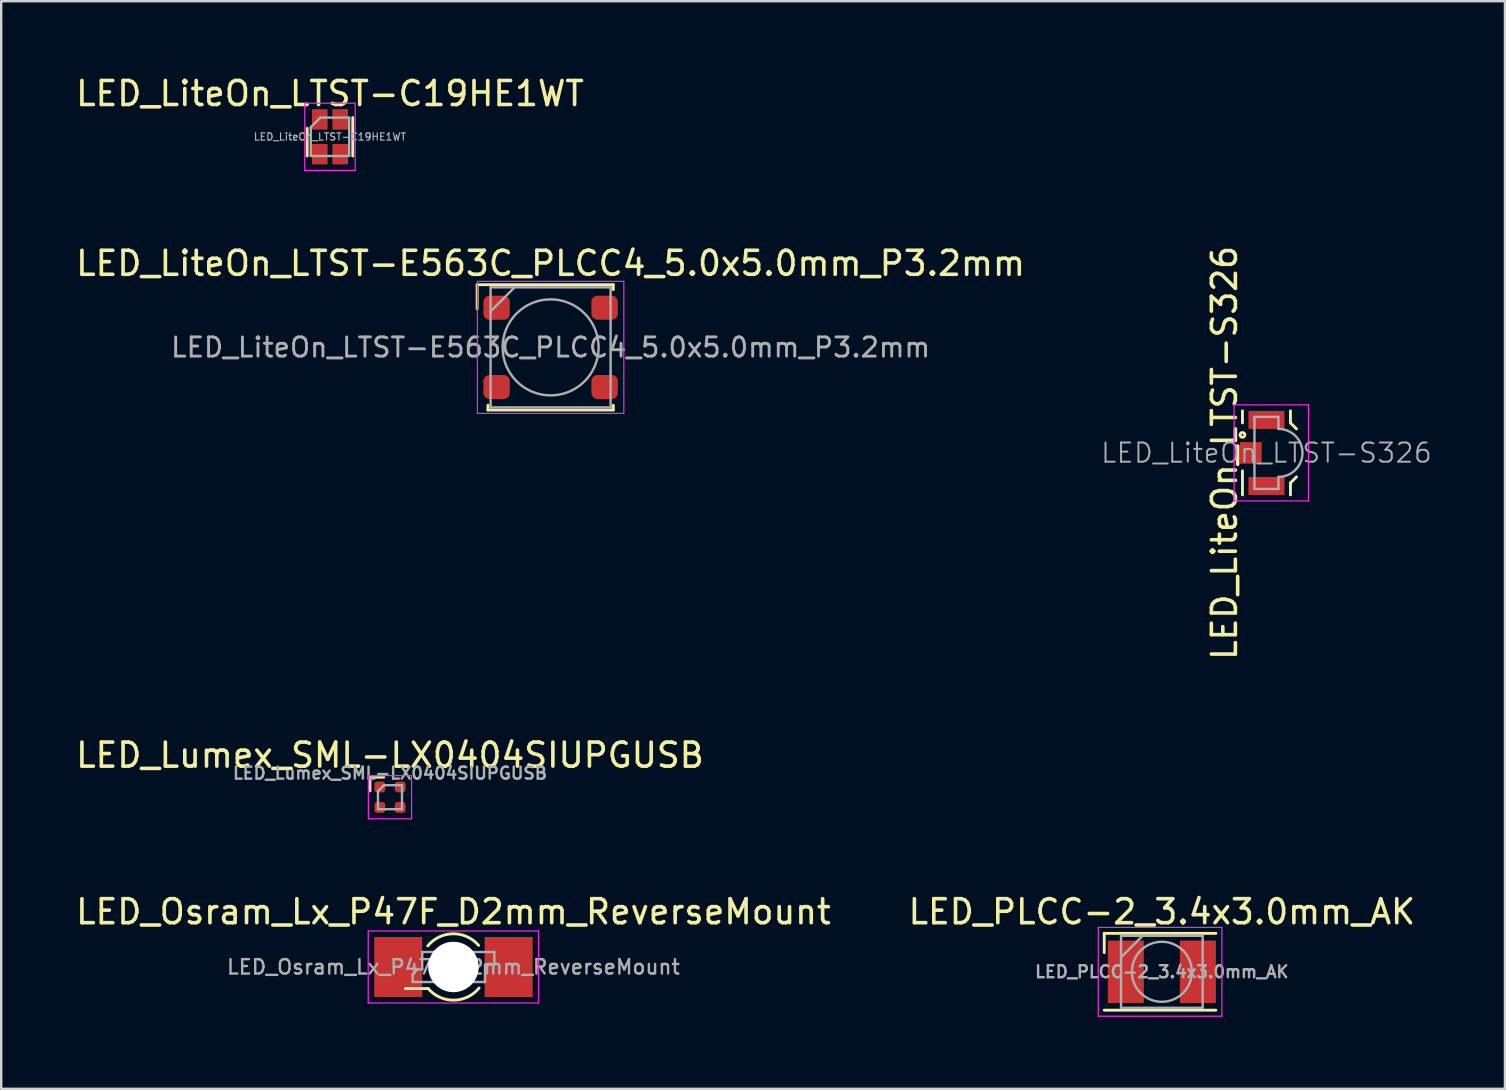
<source format=kicad_pcb>
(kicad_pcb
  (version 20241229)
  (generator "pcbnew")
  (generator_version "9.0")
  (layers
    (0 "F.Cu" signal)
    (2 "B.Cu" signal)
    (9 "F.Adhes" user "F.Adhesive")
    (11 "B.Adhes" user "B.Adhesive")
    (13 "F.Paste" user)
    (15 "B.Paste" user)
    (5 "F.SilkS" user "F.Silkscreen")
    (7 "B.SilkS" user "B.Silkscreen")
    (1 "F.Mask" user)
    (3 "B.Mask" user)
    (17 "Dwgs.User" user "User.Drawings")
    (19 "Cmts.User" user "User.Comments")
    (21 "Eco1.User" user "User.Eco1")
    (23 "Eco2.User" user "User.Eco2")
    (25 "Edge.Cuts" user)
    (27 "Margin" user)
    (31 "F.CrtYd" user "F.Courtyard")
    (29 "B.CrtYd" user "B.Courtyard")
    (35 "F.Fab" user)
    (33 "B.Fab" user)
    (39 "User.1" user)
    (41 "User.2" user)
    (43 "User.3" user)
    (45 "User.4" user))
  (footprint "LED_Lumex_SML-LX0404SIUPGUSB"
    (layer "F.Cu")
    (at 13.196 30.16)
    (property "Reference" "LED_Lumex_SML-LX0404SIUPGUSB" (at 0 -1.75 0) (layer "F.SilkS") (effects (font (size 1 1) (thickness 0.15))))
    (attr smd)
    (fp_line (start -0.825 -0.825) (end -0.825 -0.25) (stroke (width 0.1) (type solid)) (layer "F.SilkS"))
    (fp_line (start -0.25 -0.825) (end -0.825 -0.825) (stroke (width 0.1) (type solid)) (layer "F.SilkS"))
    (fp_line (start -0.9 -0.9) (end -0.9 0.9) (stroke (width 0.05) (type solid)) (layer "F.CrtYd"))
    (fp_line (start -0.9 0.9) (end 0.9 0.9) (stroke (width 0.05) (type solid)) (layer "F.CrtYd"))
    (fp_line (start 0.9 -0.9) (end -0.9 -0.9) (stroke (width 0.05) (type solid)) (layer "F.CrtYd"))
    (fp_line (start 0.9 0.9) (end 0.9 -0.9) (stroke (width 0.05) (type solid)) (layer "F.CrtYd"))
    (fp_line (start -0.5 -0.25) (end -0.5 0.5) (stroke (width 0.1) (type solid)) (layer "F.Fab"))
    (fp_line (start -0.5 0.5) (end 0.5 0.5) (stroke (width 0.1) (type solid)) (layer "F.Fab"))
    (fp_line (start -0.25 -0.5) (end -0.5 -0.25) (stroke (width 0.1) (type solid)) (layer "F.Fab"))
    (fp_line (start 0.5 -0.5) (end -0.25 -0.5) (stroke (width 0.1) (type solid)) (layer "F.Fab"))
    (fp_line (start 0.5 0.5) (end 0.5 -0.5) (stroke (width 0.1) (type solid)) (layer "F.Fab"))
    (fp_text user "${REFERENCE}" (at 0 -1 0) (layer "F.Fab") (effects (font (size 0.5 0.5) (thickness 0.1))))
    (pad "1" smd roundrect (at -0.425 -0.425) (size 0.45 0.45) (layers "F.Cu" "F.Mask" "F.Paste") (roundrect_rratio 0.25))
    (pad "2" smd roundrect (at 0.425 -0.425) (size 0.45 0.45) (layers "F.Cu" "F.Mask" "F.Paste") (roundrect_rratio 0.25))
    (pad "3" smd roundrect (at 0.425 0.425) (size 0.45 0.45) (layers "F.Cu" "F.Mask" "F.Paste") (roundrect_rratio 0.25))
    (pad "4" smd roundrect (at -0.425 0.425) (size 0.45 0.45) (layers "F.Cu" "F.Mask" "F.Paste") (roundrect_rratio 0.25)))
  (footprint "LED_LiteOn_LTST-E563C_PLCC4_5.0x5.0mm_P3.2mm"
    (layer "F.Cu")
    (at 19.887 11.421)
    (property "Reference" "LED_LiteOn_LTST-E563C_PLCC4_5.0x5.0mm_P3.2mm" (at 0 -3.5 0) (layer "F.SilkS") (effects (font (size 1 1) (thickness 0.15))))
    (attr smd)
    (fp_line (start -3.06 -2.61) (end 2.61 -2.61) (stroke (width 0.12) (type solid)) (layer "F.SilkS"))
    (fp_line (start -3.06 -1.6) (end -3.06 -2.61) (stroke (width 0.12) (type solid)) (layer "F.SilkS"))
    (fp_line (start -2.61 2.61) (end -2.61 2.41) (stroke (width 0.12) (type solid)) (layer "F.SilkS"))
    (fp_line (start -2.61 2.61) (end 2.61 2.61) (stroke (width 0.12) (type solid)) (layer "F.SilkS"))
    (fp_line (start 2.61 -2.61) (end 2.61 -2.41) (stroke (width 0.12) (type solid)) (layer "F.SilkS"))
    (fp_line (start 2.61 2.61) (end 2.61 2.41) (stroke (width 0.12) (type solid)) (layer "F.SilkS"))
    (fp_line (start -3.05 -2.75) (end -3.05 2.75) (stroke (width 0.05) (type solid)) (layer "F.CrtYd"))
    (fp_line (start -3.05 2.75) (end 3.05 2.75) (stroke (width 0.05) (type solid)) (layer "F.CrtYd"))
    (fp_line (start 3.05 -2.75) (end -3.05 -2.75) (stroke (width 0.05) (type solid)) (layer "F.CrtYd"))
    (fp_line (start 3.05 2.75) (end 3.05 -2.75) (stroke (width 0.05) (type solid)) (layer "F.CrtYd"))
    (fp_line (start -2.5 -2.5) (end -2.5 2.5) (stroke (width 0.1) (type solid)) (layer "F.Fab"))
    (fp_line (start -2.5 -1.5) (end -1.5 -2.5) (stroke (width 0.1) (type solid)) (layer "F.Fab"))
    (fp_line (start -2.5 2.5) (end 2.5 2.5) (stroke (width 0.1) (type solid)) (layer "F.Fab"))
    (fp_line (start 2.5 -2.5) (end -2.5 -2.5) (stroke (width 0.1) (type solid)) (layer "F.Fab"))
    (fp_line (start 2.5 2.5) (end 2.5 -2.5) (stroke (width 0.1) (type solid)) (layer "F.Fab"))
    (fp_circle (center 0 0) (end 0 2) (stroke (width 0.1) (type solid)) (fill no) (layer "F.Fab"))
    (fp_text user "${REFERENCE}" (at 0 0 0) (layer "F.Fab") (effects (font (size 0.8 0.8) (thickness 0.12))))
    (pad "1" smd roundrect (at -2.25 -1.65) (size 1.1 1) (layers "F.Cu" "F.Mask" "F.Paste") (roundrect_rratio 0.25))
    (pad "2" smd roundrect (at -2.25 1.65) (size 1.1 1) (layers "F.Cu" "F.Mask" "F.Paste") (roundrect_rratio 0.25))
    (pad "3" smd roundrect (at 2.25 -1.65) (size 1.1 1) (layers "F.Cu" "F.Mask" "F.Paste") (roundrect_rratio 0.25))
    (pad "4" smd roundrect (at 2.25 1.65) (size 1.1 1) (layers "F.Cu" "F.Mask" "F.Paste") (roundrect_rratio 0.25)))
  (footprint "LED_PLCC-2_3.4x3.0mm_AK"
    (layer "F.Cu")
    (at 45.351 37.433)
    (property "Reference" "LED_PLCC-2_3.4x3.0mm_AK" (at 0 -2.5 0) (layer "F.SilkS") (effects (font (size 1 1) (thickness 0.15))))
    (attr smd)
    (fp_line (start -2.4 -1.6) (end -2.4 -0.8) (stroke (width 0.12) (type solid)) (layer "F.SilkS"))
    (fp_line (start 2.25 -1.6) (end -2.4 -1.6) (stroke (width 0.12) (type solid)) (layer "F.SilkS"))
    (fp_line (start 2.25 1.6) (end -2.4 1.6) (stroke (width 0.12) (type solid)) (layer "F.SilkS"))
    (fp_line (start -2.65 -1.85) (end 2.5 -1.85) (stroke (width 0.05) (type solid)) (layer "F.CrtYd"))
    (fp_line (start -2.65 1.85) (end -2.65 -1.85) (stroke (width 0.05) (type solid)) (layer "F.CrtYd"))
    (fp_line (start 2.5 -1.85) (end 2.5 1.85) (stroke (width 0.05) (type solid)) (layer "F.CrtYd"))
    (fp_line (start 2.5 1.85) (end -2.65 1.85) (stroke (width 0.05) (type solid)) (layer "F.CrtYd"))
    (fp_line (start -1.7 -1.5) (end -1.7 1.5) (stroke (width 0.1) (type solid)) (layer "F.Fab"))
    (fp_line (start -1.7 -0.6) (end -0.8 -1.5) (stroke (width 0.1) (type solid)) (layer "F.Fab"))
    (fp_line (start -1.7 1.5) (end 1.7 1.5) (stroke (width 0.1) (type solid)) (layer "F.Fab"))
    (fp_line (start 1.7 -1.5) (end -1.7 -1.5) (stroke (width 0.1) (type solid)) (layer "F.Fab"))
    (fp_line (start 1.7 1.5) (end 1.7 -1.5) (stroke (width 0.1) (type solid)) (layer "F.Fab"))
    (fp_circle (center 0 0) (end 0 -1.25) (stroke (width 0.1) (type solid)) (fill no) (layer "F.Fab"))
    (fp_text user "${REFERENCE}" (at 0 0 0) (layer "F.Fab") (effects (font (size 0.5 0.5) (thickness 0.1))))
    (pad "1" smd rect (at 1.5 0) (size 1.5 2.6) (layers "F.Cu" "F.Mask" "F.Paste"))
    (pad "2" smd rect (at -1.5 0) (size 1.5 2.6) (layers "F.Cu" "F.Mask" "F.Paste")))
  (footprint "LED_LiteOn_LTST-S326"
    (layer "F.Cu")
    (at 49.709 15.817)
    (property "Reference" "LED_LiteOn_LTST-S326" (at -1.75 0 90) (layer "F.SilkS") (effects (font (size 1 1) (thickness 0.15))))
    (attr smd)
    (fp_line (start -1 -1.75) (end -1 -1.25) (stroke (width 0.12) (type solid)) (layer "F.SilkS"))
    (fp_line (start -1 1.75) (end -1 0.75) (stroke (width 0.12) (type solid)) (layer "F.SilkS"))
    (fp_line (start 1 -1.75) (end 1 -1.25) (stroke (width 0.12) (type solid)) (layer "F.SilkS"))
    (fp_line (start 1 -1.25) (end 1.25 -1) (stroke (width 0.12) (type solid)) (layer "F.SilkS"))
    (fp_line (start 1 1.25) (end 1 1.75) (stroke (width 0.12) (type solid)) (layer "F.SilkS"))
    (fp_line (start 1 1.25) (end 1.25 1) (stroke (width 0.12) (type solid)) (layer "F.SilkS"))
    (fp_circle (center -1 -0.75) (end -0.9 -0.75) (stroke (width 0.12) (type solid)) (fill no) (layer "F.SilkS"))
    (fp_line (start -1.35 -2) (end 1.75 -2) (stroke (width 0.05) (type solid)) (layer "F.CrtYd"))
    (fp_line (start -1.35 2) (end -1.35 -2) (stroke (width 0.05) (type solid)) (layer "F.CrtYd"))
    (fp_line (start 1.75 -2) (end 1.75 2) (stroke (width 0.05) (type solid)) (layer "F.CrtYd"))
    (fp_line (start 1.75 2) (end -1.35 2) (stroke (width 0.05) (type solid)) (layer "F.CrtYd"))
    (fp_line (start -0.5 -1.5) (end -0.5 1.5) (stroke (width 0.1) (type solid)) (layer "F.Fab"))
    (fp_line (start -0.5 -1.5) (end 0.5 -1.5) (stroke (width 0.1) (type solid)) (layer "F.Fab"))
    (fp_line (start 0.5 -1.5) (end 0.5 -1) (stroke (width 0.1) (type solid)) (layer "F.Fab"))
    (fp_line (start 0.5 1.5) (end -0.5 1.5) (stroke (width 0.1) (type solid)) (layer "F.Fab"))
    (fp_line (start 0.5 1.5) (end 0.5 1) (stroke (width 0.1) (type solid)) (layer "F.Fab"))
    (fp_arc (start 0.5 -1) (mid 1.5 0) (end 0.5 1) (stroke (width 0.1) (type solid)) (layer "F.Fab"))
    (fp_text user "${REFERENCE}" (at 0 0 0) (layer "F.Fab") (effects (font (size 0.8 0.8) (thickness 0.08))))
    (pad "1" smd rect (at 0 -1.375 180) (size 1.5 0.75) (layers "F.Cu" "F.Mask" "F.Paste"))
    (pad "2" smd rect (at -0.65 0 180) (size 0.9 0.9) (layers "F.Cu" "F.Mask" "F.Paste"))
    (pad "3" smd rect (at 0 1.375 180) (size 1.5 0.75) (layers "F.Cu" "F.Mask" "F.Paste")))
  (footprint "LED_Osram_Lx_P47F_D2mm_ReverseMount"
    (layer "F.Cu")
    (at 15.839 37.233)
    (property "Reference" "LED_Osram_Lx_P47F_D2mm_ReverseMount" (at 0 -2.3 0) (layer "F.SilkS") (effects (font (size 1 1) (thickness 0.15))))
    (attr smd)
    (fp_line (start -2 0.9) (end -1.05 0.9) (stroke (width 0.12) (type solid)) (layer "F.SilkS"))
    (fp_arc (start -1.068658 -0.877765) (mid -0.014513 -1.382856) (end 1.05 -0.9) (stroke (width 0.12) (type solid)) (layer "F.SilkS"))
    (fp_arc (start 1.068658 0.877765) (mid 0.014513 1.382856) (end -1.05 0.9) (stroke (width 0.12) (type solid)) (layer "F.SilkS"))
    (fp_line (start -3.55 -1.5) (end 3.55 -1.5) (stroke (width 0.05) (type solid)) (layer "F.CrtYd"))
    (fp_line (start -3.55 1.5) (end -3.55 -1.5) (stroke (width 0.05) (type solid)) (layer "F.CrtYd"))
    (fp_line (start 3.55 -1.5) (end 3.55 1.5) (stroke (width 0.05) (type solid)) (layer "F.CrtYd"))
    (fp_line (start 3.55 1.5) (end -3.55 1.5) (stroke (width 0.05) (type solid)) (layer "F.CrtYd"))
    (fp_line (start -1.7 0.3) (end -1.7 0.625) (stroke (width 0.1) (type solid)) (layer "F.Fab"))
    (fp_line (start -1.7 0.3) (end -1.5 0.1) (stroke (width 0.1) (type solid)) (layer "F.Fab"))
    (fp_line (start -1.5 0.1) (end -1.3 0.1) (stroke (width 0.1) (type solid)) (layer "F.Fab"))
    (fp_line (start -1.3 -0.625) (end -0.715 -0.625) (stroke (width 0.1) (type solid)) (layer "F.Fab"))
    (fp_line (start -1.3 0.1) (end -1.3 -0.625) (stroke (width 0.1) (type solid)) (layer "F.Fab"))
    (fp_line (start -0.715 0.625) (end -1.7 0.625) (stroke (width 0.1) (type solid)) (layer "F.Fab"))
    (fp_line (start 0.715 -0.625) (end 1.705 -0.625) (stroke (width 0.1) (type solid)) (layer "F.Fab"))
    (fp_line (start 0.715 0.625) (end 1.315 0.625) (stroke (width 0.1) (type solid)) (layer "F.Fab"))
    (fp_line (start 1.315 -0.095) (end 1.315 0.625) (stroke (width 0.1) (type solid)) (layer "F.Fab"))
    (fp_line (start 1.705 -0.625) (end 1.705 -0.095) (stroke (width 0.1) (type solid)) (layer "F.Fab"))
    (fp_line (start 1.705 -0.095) (end 1.315 -0.095) (stroke (width 0.1) (type solid)) (layer "F.Fab"))
    (fp_arc (start -0.714073 -0.626059) (mid 0.000704 -0.949658) (end 0.715 -0.625) (stroke (width 0.1) (type solid)) (layer "F.Fab"))
    (fp_arc (start 0.714073 0.626059) (mid -0.000704 0.949658) (end -0.715 0.625) (stroke (width 0.1) (type solid)) (layer "F.Fab"))
    (fp_text user "${REFERENCE}" (at 0 0 0) (layer "F.Fab") (effects (font (size 0.6 0.6) (thickness 0.1))))
    (pad "" smd rect (at -1.55 0.375) (size 0.5 0.7) (layers "F.Mask" "F.Paste"))
    (pad "" np_thru_hole circle (at 0 0) (size 2.1 2.1) (drill 2.1) (layers "*.Cu" "*.Mask"))
    (pad "" smd rect (at 1.55 -0.375) (size 0.5 0.7) (layers "F.Mask" "F.Paste"))
    (pad "1" smd rect (at -2.3 0) (size 2 2.5) (layers "F.Cu"))
    (pad "2" smd rect (at 2.3 0) (size 2 2.5) (layers "F.Cu")))
  (footprint "LED_LiteOn_LTST-C19HE1WT"
    (layer "F.Cu")
    (at 10.696 2.648)
    (property "Reference" "LED_LiteOn_LTST-C19HE1WT" (at 0 -1.8 0) (layer "F.SilkS") (effects (font (size 1 1) (thickness 0.15))))
    (attr smd)
    (fp_line (start -0.95 -0.35) (end -0.95 0.8) (stroke (width 0.12) (type solid)) (layer "F.SilkS"))
    (fp_line (start 0.95 -0.8) (end 0.95 0.8) (stroke (width 0.12) (type solid)) (layer "F.SilkS"))
    (fp_line (start -1.05 -1.4) (end 1.05 -1.4) (stroke (width 0.05) (type solid)) (layer "F.CrtYd"))
    (fp_line (start -1.05 1.4) (end -1.05 -1.4) (stroke (width 0.05) (type solid)) (layer "F.CrtYd"))
    (fp_line (start 1.05 -1.4) (end 1.05 1.4) (stroke (width 0.05) (type solid)) (layer "F.CrtYd"))
    (fp_line (start 1.05 1.4) (end -1.05 1.4) (stroke (width 0.05) (type solid)) (layer "F.CrtYd"))
    (fp_line (start -0.8 -0.4) (end -0.8 0.8) (stroke (width 0.1) (type solid)) (layer "F.Fab"))
    (fp_line (start -0.8 0.8) (end 0.8 0.8) (stroke (width 0.1) (type solid)) (layer "F.Fab"))
    (fp_line (start -0.4 -0.8) (end -0.8 -0.4) (stroke (width 0.1) (type solid)) (layer "F.Fab"))
    (fp_line (start 0.8 -0.8) (end -0.4 -0.8) (stroke (width 0.1) (type solid)) (layer "F.Fab"))
    (fp_line (start 0.8 0.8) (end 0.8 -0.8) (stroke (width 0.1) (type solid)) (layer "F.Fab"))
    (fp_text user "${REFERENCE}" (at 0 0 0) (layer "F.Fab") (effects (font (size 0.3 0.3) (thickness 0.05))))
    (pad "1" smd rect (at -0.425 -0.725) (size 0.65 0.85) (layers "F.Cu" "F.Mask" "F.Paste"))
    (pad "2" smd rect (at 0.425 -0.725) (size 0.65 0.85) (layers "F.Cu" "F.Mask" "F.Paste"))
    (pad "3" smd rect (at 0.425 0.725) (size 0.65 0.85) (layers "F.Cu" "F.Mask" "F.Paste"))
    (pad "4" smd rect (at -0.425 0.725) (size 0.65 0.85) (layers "F.Cu" "F.Mask" "F.Paste")))
  (gr_rect
    (start -3 -3)
    (end 59.644 42.308)
    (stroke (width 0.1) (type default))
    (fill no)
    (layer "Edge.Cuts")))
</source>
